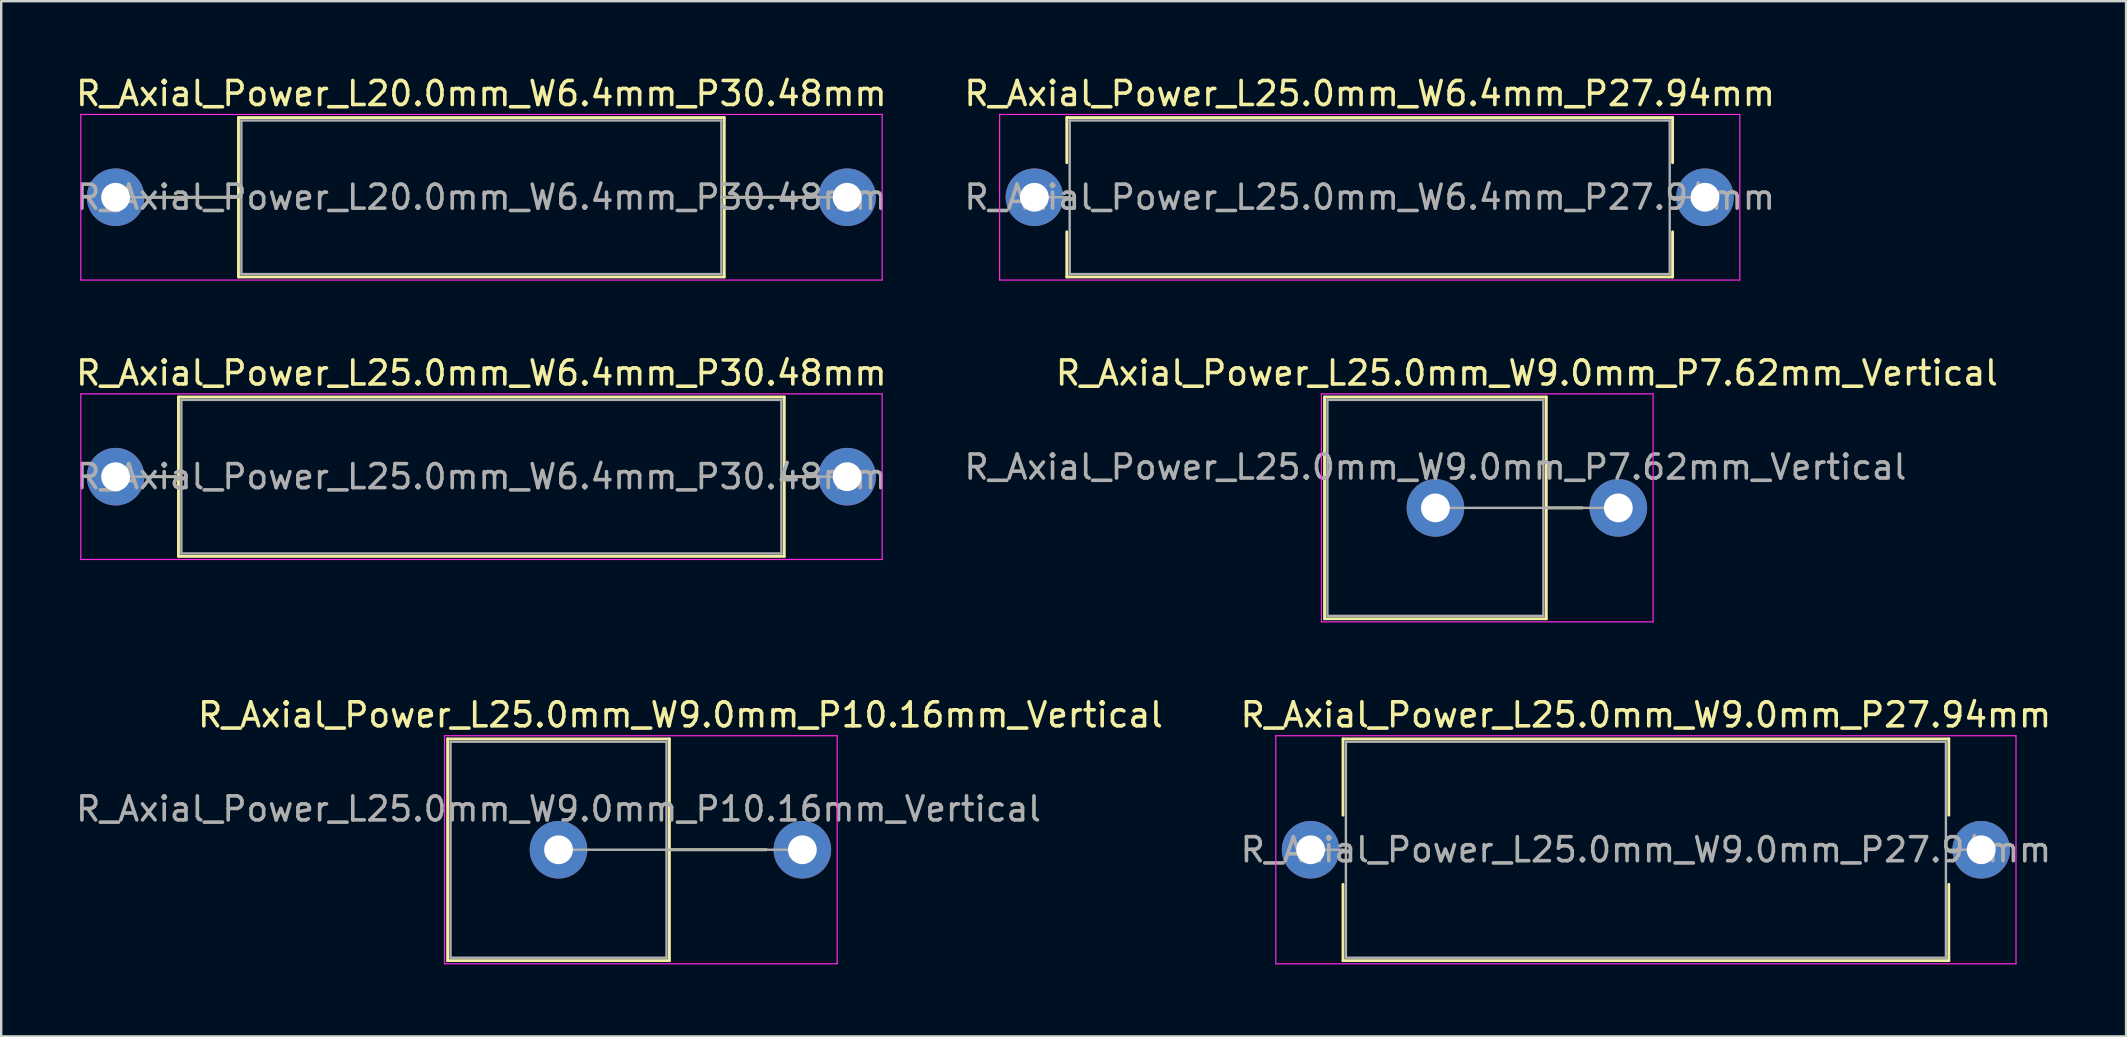
<source format=kicad_pcb>
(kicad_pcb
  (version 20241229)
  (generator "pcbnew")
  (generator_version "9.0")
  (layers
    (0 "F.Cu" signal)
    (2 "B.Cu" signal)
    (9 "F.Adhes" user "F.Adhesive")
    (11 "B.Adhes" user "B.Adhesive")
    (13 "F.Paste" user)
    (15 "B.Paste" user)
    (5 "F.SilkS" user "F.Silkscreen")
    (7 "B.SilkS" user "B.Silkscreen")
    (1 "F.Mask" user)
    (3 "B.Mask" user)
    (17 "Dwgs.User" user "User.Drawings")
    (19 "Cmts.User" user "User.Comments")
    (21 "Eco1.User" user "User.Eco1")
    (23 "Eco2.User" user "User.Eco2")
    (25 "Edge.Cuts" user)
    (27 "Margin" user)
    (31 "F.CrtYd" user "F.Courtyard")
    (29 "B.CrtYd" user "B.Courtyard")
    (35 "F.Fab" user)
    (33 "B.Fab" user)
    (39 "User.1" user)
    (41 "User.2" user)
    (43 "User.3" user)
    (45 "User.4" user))
  (footprint "R_Axial_Power_L25.0mm_W9.0mm_P10.16mm_Vertical"
    (layer "F.Cu")
    (at 20.22 32.355)
    (property "Reference" "R_Axial_Power_L25.0mm_W9.0mm_P10.16mm_Vertical" (at 5.08 -5.62 0) (layer "F.SilkS") (effects (font (size 1 1) (thickness 0.15))))
    (attr through_hole)
    (fp_line (start -4.62 -4.62) (end -4.62 4.62) (stroke (width 0.12) (type solid)) (layer "F.SilkS"))
    (fp_line (start -4.62 4.62) (end 4.62 4.62) (stroke (width 0.12) (type solid)) (layer "F.SilkS"))
    (fp_line (start 4.62 -4.62) (end -4.62 -4.62) (stroke (width 0.12) (type solid)) (layer "F.SilkS"))
    (fp_line (start 4.62 0) (end 8.66 0) (stroke (width 0.12) (type solid)) (layer "F.SilkS"))
    (fp_line (start 4.62 4.62) (end 4.62 -4.62) (stroke (width 0.12) (type solid)) (layer "F.SilkS"))
    (fp_line (start -4.75 -4.75) (end -4.75 4.75) (stroke (width 0.05) (type solid)) (layer "F.CrtYd"))
    (fp_line (start -4.75 4.75) (end 11.61 4.75) (stroke (width 0.05) (type solid)) (layer "F.CrtYd"))
    (fp_line (start 11.61 -4.75) (end -4.75 -4.75) (stroke (width 0.05) (type solid)) (layer "F.CrtYd"))
    (fp_line (start 11.61 4.75) (end 11.61 -4.75) (stroke (width 0.05) (type solid)) (layer "F.CrtYd"))
    (fp_line (start -4.5 -4.5) (end -4.5 4.5) (stroke (width 0.1) (type solid)) (layer "F.Fab"))
    (fp_line (start -4.5 4.5) (end 4.5 4.5) (stroke (width 0.1) (type solid)) (layer "F.Fab"))
    (fp_line (start 0 0) (end 10.16 0) (stroke (width 0.1) (type solid)) (layer "F.Fab"))
    (fp_line (start 4.5 -4.5) (end -4.5 -4.5) (stroke (width 0.1) (type solid)) (layer "F.Fab"))
    (fp_line (start 4.5 4.5) (end 4.5 -4.5) (stroke (width 0.1) (type solid)) (layer "F.Fab"))
    (fp_text user "${REFERENCE}" (at 0 -1.7 0) (layer "F.Fab") (effects (font (size 1 1) (thickness 0.15))))
    (pad "1" thru_hole circle (at 0 0) (size 2.4 2.4) (drill 1.2) (layers "*.Cu" "*.Mask"))
    (pad "2" thru_hole oval (at 10.16 0) (size 2.4 2.4) (drill 1.2) (layers "*.Cu" "*.Mask")))
  (footprint "R_Axial_Power_L25.0mm_W9.0mm_P27.94mm"
    (layer "F.Cu")
    (at 51.556 32.355)
    (property "Reference" "R_Axial_Power_L25.0mm_W9.0mm_P27.94mm" (at 13.97 -5.62 0) (layer "F.SilkS") (effects (font (size 1 1) (thickness 0.15))))
    (attr through_hole)
    (fp_line (start 1.35 -4.62) (end 26.59 -4.62) (stroke (width 0.12) (type solid)) (layer "F.SilkS"))
    (fp_line (start 1.35 -1.44) (end 1.35 -4.62) (stroke (width 0.12) (type solid)) (layer "F.SilkS"))
    (fp_line (start 1.35 1.44) (end 1.35 4.62) (stroke (width 0.12) (type solid)) (layer "F.SilkS"))
    (fp_line (start 1.35 4.62) (end 26.59 4.62) (stroke (width 0.12) (type solid)) (layer "F.SilkS"))
    (fp_line (start 26.59 -4.62) (end 26.59 -1.44) (stroke (width 0.12) (type solid)) (layer "F.SilkS"))
    (fp_line (start 26.59 4.62) (end 26.59 1.44) (stroke (width 0.12) (type solid)) (layer "F.SilkS"))
    (fp_line (start -1.45 -4.75) (end -1.45 4.75) (stroke (width 0.05) (type solid)) (layer "F.CrtYd"))
    (fp_line (start -1.45 4.75) (end 29.39 4.75) (stroke (width 0.05) (type solid)) (layer "F.CrtYd"))
    (fp_line (start 29.39 -4.75) (end -1.45 -4.75) (stroke (width 0.05) (type solid)) (layer "F.CrtYd"))
    (fp_line (start 29.39 4.75) (end 29.39 -4.75) (stroke (width 0.05) (type solid)) (layer "F.CrtYd"))
    (fp_line (start 0 0) (end 1.47 0) (stroke (width 0.1) (type solid)) (layer "F.Fab"))
    (fp_line (start 1.47 -4.5) (end 1.47 4.5) (stroke (width 0.1) (type solid)) (layer "F.Fab"))
    (fp_line (start 1.47 4.5) (end 26.47 4.5) (stroke (width 0.1) (type solid)) (layer "F.Fab"))
    (fp_line (start 26.47 -4.5) (end 1.47 -4.5) (stroke (width 0.1) (type solid)) (layer "F.Fab"))
    (fp_line (start 26.47 4.5) (end 26.47 -4.5) (stroke (width 0.1) (type solid)) (layer "F.Fab"))
    (fp_line (start 27.94 0) (end 26.47 0) (stroke (width 0.1) (type solid)) (layer "F.Fab"))
    (fp_text user "${REFERENCE}" (at 13.97 0 0) (layer "F.Fab") (effects (font (size 1 1) (thickness 0.15))))
    (pad "1" thru_hole circle (at 0 0) (size 2.4 2.4) (drill 1.2) (layers "*.Cu" "*.Mask"))
    (pad "2" thru_hole oval (at 27.94 0) (size 2.4 2.4) (drill 1.2) (layers "*.Cu" "*.Mask")))
  (footprint "R_Axial_Power_L25.0mm_W6.4mm_P27.94mm"
    (layer "F.Cu")
    (at 40.048 5.168)
    (property "Reference" "R_Axial_Power_L25.0mm_W6.4mm_P27.94mm" (at 13.97 -4.32 0) (layer "F.SilkS") (effects (font (size 1 1) (thickness 0.15))))
    (attr through_hole)
    (fp_line (start 1.35 -3.32) (end 26.59 -3.32) (stroke (width 0.12) (type solid)) (layer "F.SilkS"))
    (fp_line (start 1.35 -1.44) (end 1.35 -3.32) (stroke (width 0.12) (type solid)) (layer "F.SilkS"))
    (fp_line (start 1.35 1.44) (end 1.35 3.32) (stroke (width 0.12) (type solid)) (layer "F.SilkS"))
    (fp_line (start 1.35 3.32) (end 26.59 3.32) (stroke (width 0.12) (type solid)) (layer "F.SilkS"))
    (fp_line (start 26.59 -3.32) (end 26.59 -1.44) (stroke (width 0.12) (type solid)) (layer "F.SilkS"))
    (fp_line (start 26.59 3.32) (end 26.59 1.44) (stroke (width 0.12) (type solid)) (layer "F.SilkS"))
    (fp_line (start -1.45 -3.45) (end -1.45 3.45) (stroke (width 0.05) (type solid)) (layer "F.CrtYd"))
    (fp_line (start -1.45 3.45) (end 29.39 3.45) (stroke (width 0.05) (type solid)) (layer "F.CrtYd"))
    (fp_line (start 29.39 -3.45) (end -1.45 -3.45) (stroke (width 0.05) (type solid)) (layer "F.CrtYd"))
    (fp_line (start 29.39 3.45) (end 29.39 -3.45) (stroke (width 0.05) (type solid)) (layer "F.CrtYd"))
    (fp_line (start 0 0) (end 1.47 0) (stroke (width 0.1) (type solid)) (layer "F.Fab"))
    (fp_line (start 1.47 -3.2) (end 1.47 3.2) (stroke (width 0.1) (type solid)) (layer "F.Fab"))
    (fp_line (start 1.47 3.2) (end 26.47 3.2) (stroke (width 0.1) (type solid)) (layer "F.Fab"))
    (fp_line (start 26.47 -3.2) (end 1.47 -3.2) (stroke (width 0.1) (type solid)) (layer "F.Fab"))
    (fp_line (start 26.47 3.2) (end 26.47 -3.2) (stroke (width 0.1) (type solid)) (layer "F.Fab"))
    (fp_line (start 27.94 0) (end 26.47 0) (stroke (width 0.1) (type solid)) (layer "F.Fab"))
    (fp_text user "${REFERENCE}" (at 13.97 0 0) (layer "F.Fab") (effects (font (size 1 1) (thickness 0.15))))
    (pad "1" thru_hole circle (at 0 0) (size 2.4 2.4) (drill 1.2) (layers "*.Cu" "*.Mask"))
    (pad "2" thru_hole oval (at 27.94 0) (size 2.4 2.4) (drill 1.2) (layers "*.Cu" "*.Mask")))
  (footprint "R_Axial_Power_L25.0mm_W6.4mm_P30.48mm"
    (layer "F.Cu")
    (at 1.766 16.811)
    (property "Reference" "R_Axial_Power_L25.0mm_W6.4mm_P30.48mm" (at 15.24 -4.32 0) (layer "F.SilkS") (effects (font (size 1 1) (thickness 0.15))))
    (attr through_hole)
    (fp_line (start 1.44 0) (end 2.62 0) (stroke (width 0.12) (type solid)) (layer "F.SilkS"))
    (fp_line (start 2.62 -3.32) (end 2.62 3.32) (stroke (width 0.12) (type solid)) (layer "F.SilkS"))
    (fp_line (start 2.62 3.32) (end 27.86 3.32) (stroke (width 0.12) (type solid)) (layer "F.SilkS"))
    (fp_line (start 27.86 -3.32) (end 2.62 -3.32) (stroke (width 0.12) (type solid)) (layer "F.SilkS"))
    (fp_line (start 27.86 3.32) (end 27.86 -3.32) (stroke (width 0.12) (type solid)) (layer "F.SilkS"))
    (fp_line (start 29.04 0) (end 27.86 0) (stroke (width 0.12) (type solid)) (layer "F.SilkS"))
    (fp_line (start -1.45 -3.45) (end -1.45 3.45) (stroke (width 0.05) (type solid)) (layer "F.CrtYd"))
    (fp_line (start -1.45 3.45) (end 31.94 3.45) (stroke (width 0.05) (type solid)) (layer "F.CrtYd"))
    (fp_line (start 31.94 -3.45) (end -1.45 -3.45) (stroke (width 0.05) (type solid)) (layer "F.CrtYd"))
    (fp_line (start 31.94 3.45) (end 31.94 -3.45) (stroke (width 0.05) (type solid)) (layer "F.CrtYd"))
    (fp_line (start 0 0) (end 2.74 0) (stroke (width 0.1) (type solid)) (layer "F.Fab"))
    (fp_line (start 2.74 -3.2) (end 2.74 3.2) (stroke (width 0.1) (type solid)) (layer "F.Fab"))
    (fp_line (start 2.74 3.2) (end 27.74 3.2) (stroke (width 0.1) (type solid)) (layer "F.Fab"))
    (fp_line (start 27.74 -3.2) (end 2.74 -3.2) (stroke (width 0.1) (type solid)) (layer "F.Fab"))
    (fp_line (start 27.74 3.2) (end 27.74 -3.2) (stroke (width 0.1) (type solid)) (layer "F.Fab"))
    (fp_line (start 30.48 0) (end 27.74 0) (stroke (width 0.1) (type solid)) (layer "F.Fab"))
    (fp_text user "${REFERENCE}" (at 15.24 0 0) (layer "F.Fab") (effects (font (size 1 1) (thickness 0.15))))
    (pad "1" thru_hole circle (at 0 0) (size 2.4 2.4) (drill 1.2) (layers "*.Cu" "*.Mask"))
    (pad "2" thru_hole oval (at 30.48 0) (size 2.4 2.4) (drill 1.2) (layers "*.Cu" "*.Mask")))
  (footprint "R_Axial_Power_L25.0mm_W9.0mm_P7.62mm_Vertical"
    (layer "F.Cu")
    (at 56.756 18.111)
    (property "Reference" "R_Axial_Power_L25.0mm_W9.0mm_P7.62mm_Vertical" (at 3.81 -5.62 0) (layer "F.SilkS") (effects (font (size 1 1) (thickness 0.15))))
    (attr through_hole)
    (fp_line (start -4.62 -4.62) (end -4.62 4.62) (stroke (width 0.12) (type solid)) (layer "F.SilkS"))
    (fp_line (start -4.62 4.62) (end 4.62 4.62) (stroke (width 0.12) (type solid)) (layer "F.SilkS"))
    (fp_line (start 4.62 -4.62) (end -4.62 -4.62) (stroke (width 0.12) (type solid)) (layer "F.SilkS"))
    (fp_line (start 4.62 0) (end 6.12 0) (stroke (width 0.12) (type solid)) (layer "F.SilkS"))
    (fp_line (start 4.62 4.62) (end 4.62 -4.62) (stroke (width 0.12) (type solid)) (layer "F.SilkS"))
    (fp_line (start -4.75 -4.75) (end -4.75 4.75) (stroke (width 0.05) (type solid)) (layer "F.CrtYd"))
    (fp_line (start -4.75 4.75) (end 9.07 4.75) (stroke (width 0.05) (type solid)) (layer "F.CrtYd"))
    (fp_line (start 9.07 -4.75) (end -4.75 -4.75) (stroke (width 0.05) (type solid)) (layer "F.CrtYd"))
    (fp_line (start 9.07 4.75) (end 9.07 -4.75) (stroke (width 0.05) (type solid)) (layer "F.CrtYd"))
    (fp_line (start -4.5 -4.5) (end -4.5 4.5) (stroke (width 0.1) (type solid)) (layer "F.Fab"))
    (fp_line (start -4.5 4.5) (end 4.5 4.5) (stroke (width 0.1) (type solid)) (layer "F.Fab"))
    (fp_line (start 0 0) (end 7.62 0) (stroke (width 0.1) (type solid)) (layer "F.Fab"))
    (fp_line (start 4.5 -4.5) (end -4.5 -4.5) (stroke (width 0.1) (type solid)) (layer "F.Fab"))
    (fp_line (start 4.5 4.5) (end 4.5 -4.5) (stroke (width 0.1) (type solid)) (layer "F.Fab"))
    (fp_text user "${REFERENCE}" (at 0 -1.7 0) (layer "F.Fab") (effects (font (size 1 1) (thickness 0.15))))
    (pad "1" thru_hole circle (at 0 0) (size 2.4 2.4) (drill 1.2) (layers "*.Cu" "*.Mask"))
    (pad "2" thru_hole oval (at 7.62 0) (size 2.4 2.4) (drill 1.2) (layers "*.Cu" "*.Mask")))
  (footprint "R_Axial_Power_L20.0mm_W6.4mm_P30.48mm"
    (layer "F.Cu")
    (at 1.766 5.168)
    (property "Reference" "R_Axial_Power_L20.0mm_W6.4mm_P30.48mm" (at 15.24 -4.32 0) (layer "F.SilkS") (effects (font (size 1 1) (thickness 0.15))))
    (attr through_hole)
    (fp_line (start 1.44 0) (end 5.12 0) (stroke (width 0.12) (type solid)) (layer "F.SilkS"))
    (fp_line (start 5.12 -3.32) (end 5.12 3.32) (stroke (width 0.12) (type solid)) (layer "F.SilkS"))
    (fp_line (start 5.12 3.32) (end 25.36 3.32) (stroke (width 0.12) (type solid)) (layer "F.SilkS"))
    (fp_line (start 25.36 -3.32) (end 5.12 -3.32) (stroke (width 0.12) (type solid)) (layer "F.SilkS"))
    (fp_line (start 25.36 3.32) (end 25.36 -3.32) (stroke (width 0.12) (type solid)) (layer "F.SilkS"))
    (fp_line (start 29.04 0) (end 25.36 0) (stroke (width 0.12) (type solid)) (layer "F.SilkS"))
    (fp_line (start -1.45 -3.45) (end -1.45 3.45) (stroke (width 0.05) (type solid)) (layer "F.CrtYd"))
    (fp_line (start -1.45 3.45) (end 31.94 3.45) (stroke (width 0.05) (type solid)) (layer "F.CrtYd"))
    (fp_line (start 31.94 -3.45) (end -1.45 -3.45) (stroke (width 0.05) (type solid)) (layer "F.CrtYd"))
    (fp_line (start 31.94 3.45) (end 31.94 -3.45) (stroke (width 0.05) (type solid)) (layer "F.CrtYd"))
    (fp_line (start 0 0) (end 5.24 0) (stroke (width 0.1) (type solid)) (layer "F.Fab"))
    (fp_line (start 5.24 -3.2) (end 5.24 3.2) (stroke (width 0.1) (type solid)) (layer "F.Fab"))
    (fp_line (start 5.24 3.2) (end 25.24 3.2) (stroke (width 0.1) (type solid)) (layer "F.Fab"))
    (fp_line (start 25.24 -3.2) (end 5.24 -3.2) (stroke (width 0.1) (type solid)) (layer "F.Fab"))
    (fp_line (start 25.24 3.2) (end 25.24 -3.2) (stroke (width 0.1) (type solid)) (layer "F.Fab"))
    (fp_line (start 30.48 0) (end 25.24 0) (stroke (width 0.1) (type solid)) (layer "F.Fab"))
    (fp_text user "${REFERENCE}" (at 15.24 0 0) (layer "F.Fab") (effects (font (size 1 1) (thickness 0.15))))
    (pad "1" thru_hole circle (at 0 0) (size 2.4 2.4) (drill 1.2) (layers "*.Cu" "*.Mask"))
    (pad "2" thru_hole oval (at 30.48 0) (size 2.4 2.4) (drill 1.2) (layers "*.Cu" "*.Mask")))
  (gr_rect
    (start -3 -3)
    (end 85.532 40.13)
    (stroke (width 0.1) (type default))
    (fill no)
    (layer "Edge.Cuts")))
</source>
